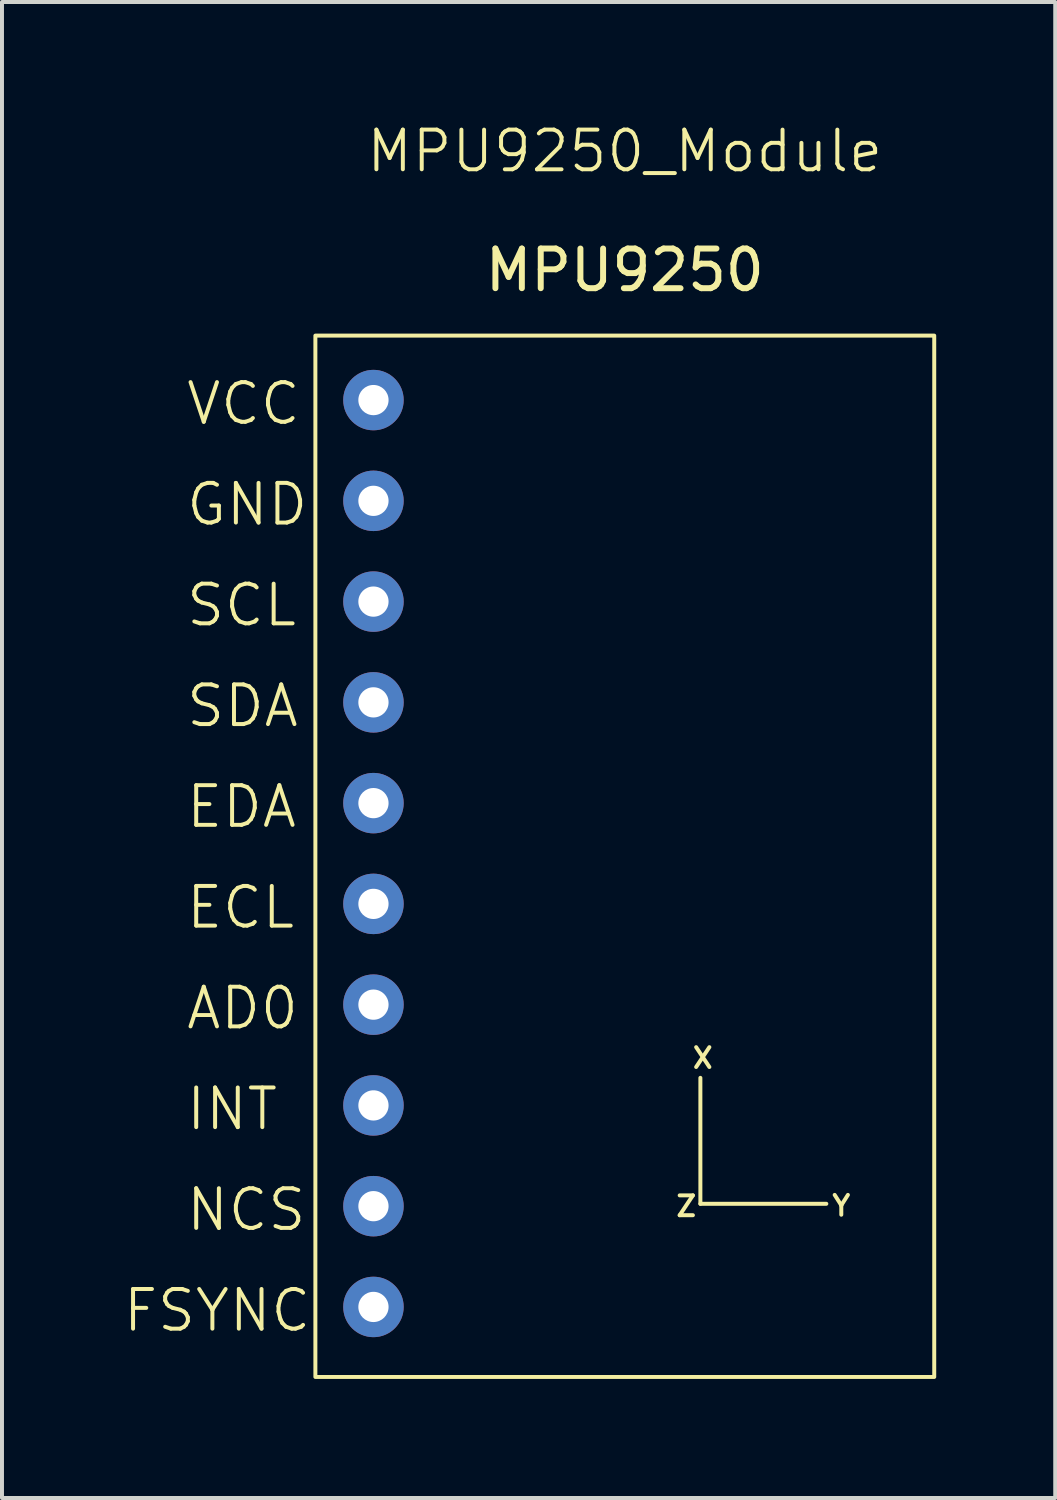
<source format=kicad_pcb>
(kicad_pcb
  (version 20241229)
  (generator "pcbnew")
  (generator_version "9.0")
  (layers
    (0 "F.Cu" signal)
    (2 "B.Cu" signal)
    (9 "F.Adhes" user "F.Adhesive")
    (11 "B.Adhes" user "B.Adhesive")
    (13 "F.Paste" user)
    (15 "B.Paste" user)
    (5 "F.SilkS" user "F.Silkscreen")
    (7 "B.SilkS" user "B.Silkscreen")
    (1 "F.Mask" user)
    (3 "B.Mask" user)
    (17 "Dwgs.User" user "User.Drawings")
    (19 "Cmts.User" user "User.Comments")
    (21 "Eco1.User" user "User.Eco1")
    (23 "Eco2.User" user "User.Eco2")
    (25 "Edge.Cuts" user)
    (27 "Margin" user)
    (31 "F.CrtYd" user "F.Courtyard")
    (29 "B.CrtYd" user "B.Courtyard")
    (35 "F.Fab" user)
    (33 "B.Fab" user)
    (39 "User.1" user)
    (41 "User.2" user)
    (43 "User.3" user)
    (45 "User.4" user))
  (footprint "MPU9250_Module"
    (layer "F.Cu")
    (at 12.7 1.26)
    (property "Reference" "MPU9250_Module" (at 0 -0.5 0) (unlocked yes) (layer "F.SilkS") (effects (font (size 1 1) (thickness 0.1))))
    (attr through_hole)
    (fp_line (start 1.905 26.035) (end 1.905 22.86) (stroke (width 0.1) (type default)) (layer "F.SilkS"))
    (fp_line (start 1.905 26.035) (end 5.08 26.035) (stroke (width 0.1) (type default)) (layer "F.SilkS"))
    (fp_rect (start -7.8 4.15) (end 7.8 30.4) (stroke (width 0.1) (type default)) (fill no) (layer "F.SilkS"))
    (fp_text user "MPU9250" (at 0 2.5 0) (unlocked yes) (layer "F.SilkS") (effects (font (size 1 1) (thickness 0.15))))
    (fp_text user "SCL" (at -11.108 11.53 0) (unlocked yes) (layer "F.SilkS") (effects (font (size 1 1) (thickness 0.1)) (justify left bottom)))
    (fp_text user "VCC" (at -11.108 6.45 0) (unlocked yes) (layer "F.SilkS") (effects (font (size 1 1) (thickness 0.1)) (justify left bottom)))
    (fp_text user "SDA" (at -11.108 14.07 0) (unlocked yes) (layer "F.SilkS") (effects (font (size 1 1) (thickness 0.1)) (justify left bottom)))
    (fp_text user "Z" (at 1.246 26.389 0) (unlocked yes) (layer "F.SilkS") (effects (font (size 0.5 0.5) (thickness 0.1)) (justify left bottom)))
    (fp_text user "INT" (at -11.108 24.23 0) (unlocked yes) (layer "F.SilkS") (effects (font (size 1 1) (thickness 0.1)) (justify left bottom)))
    (fp_text user "EDA" (at -11.108 16.61 0) (unlocked yes) (layer "F.SilkS") (effects (font (size 1 1) (thickness 0.1)) (justify left bottom)))
    (fp_text user "FSYNC" (at -12.7 29.31 0) (unlocked yes) (layer "F.SilkS") (effects (font (size 1 1) (thickness 0.1)) (justify left bottom)))
    (fp_text user "X" (at 1.661 22.653 0) (unlocked yes) (layer "F.SilkS") (effects (font (size 0.5 0.5) (thickness 0.1)) (justify left bottom)))
    (fp_text user "Y" (at 5.177 26.377 0) (unlocked yes) (layer "F.SilkS") (effects (font (size 0.5 0.5) (thickness 0.1)) (justify left bottom)))
    (fp_text user "ECL" (at -11.108 19.15 0) (unlocked yes) (layer "F.SilkS") (effects (font (size 1 1) (thickness 0.1)) (justify left bottom)))
    (fp_text user "GND" (at -11.108 8.99 0) (unlocked yes) (layer "F.SilkS") (effects (font (size 1 1) (thickness 0.1)) (justify left bottom)))
    (fp_text user "NCS" (at -11.108 26.77 0) (unlocked yes) (layer "F.SilkS") (effects (font (size 1 1) (thickness 0.1)) (justify left bottom)))
    (fp_text user "AD0" (at -11.108 21.69 0) (unlocked yes) (layer "F.SilkS") (effects (font (size 1 1) (thickness 0.1)) (justify left bottom)))
    (pad "1" thru_hole circle (at -6.336 5.775) (size 1.524 1.524) (drill 0.762) (layers "*.Cu" "*.Mask"))
    (pad "2" thru_hole circle (at -6.336 8.315) (size 1.524 1.524) (drill 0.762) (layers "*.Cu" "*.Mask"))
    (pad "3" thru_hole circle (at -6.336 10.855) (size 1.524 1.524) (drill 0.762) (layers "*.Cu" "*.Mask"))
    (pad "4" thru_hole circle (at -6.336 13.395) (size 1.524 1.524) (drill 0.762) (layers "*.Cu" "*.Mask"))
    (pad "5" thru_hole circle (at -6.336 15.935) (size 1.524 1.524) (drill 0.762) (layers "*.Cu" "*.Mask"))
    (pad "6" thru_hole circle (at -6.336 18.475) (size 1.524 1.524) (drill 0.762) (layers "*.Cu" "*.Mask"))
    (pad "7" thru_hole circle (at -6.336 21.015) (size 1.524 1.524) (drill 0.762) (layers "*.Cu" "*.Mask"))
    (pad "8" thru_hole circle (at -6.336 23.555) (size 1.524 1.524) (drill 0.762) (layers "*.Cu" "*.Mask"))
    (pad "9" thru_hole circle (at -6.336 26.095) (size 1.524 1.524) (drill 0.762) (layers "*.Cu" "*.Mask"))
    (pad "10" thru_hole circle (at -6.336 28.635) (size 1.524 1.524) (drill 0.762) (layers "*.Cu" "*.Mask")))
  (gr_rect
    (start -3 -3)
    (end 23.55 34.711)
    (stroke (width 0.1) (type default))
    (fill no)
    (layer "Edge.Cuts")))
</source>
